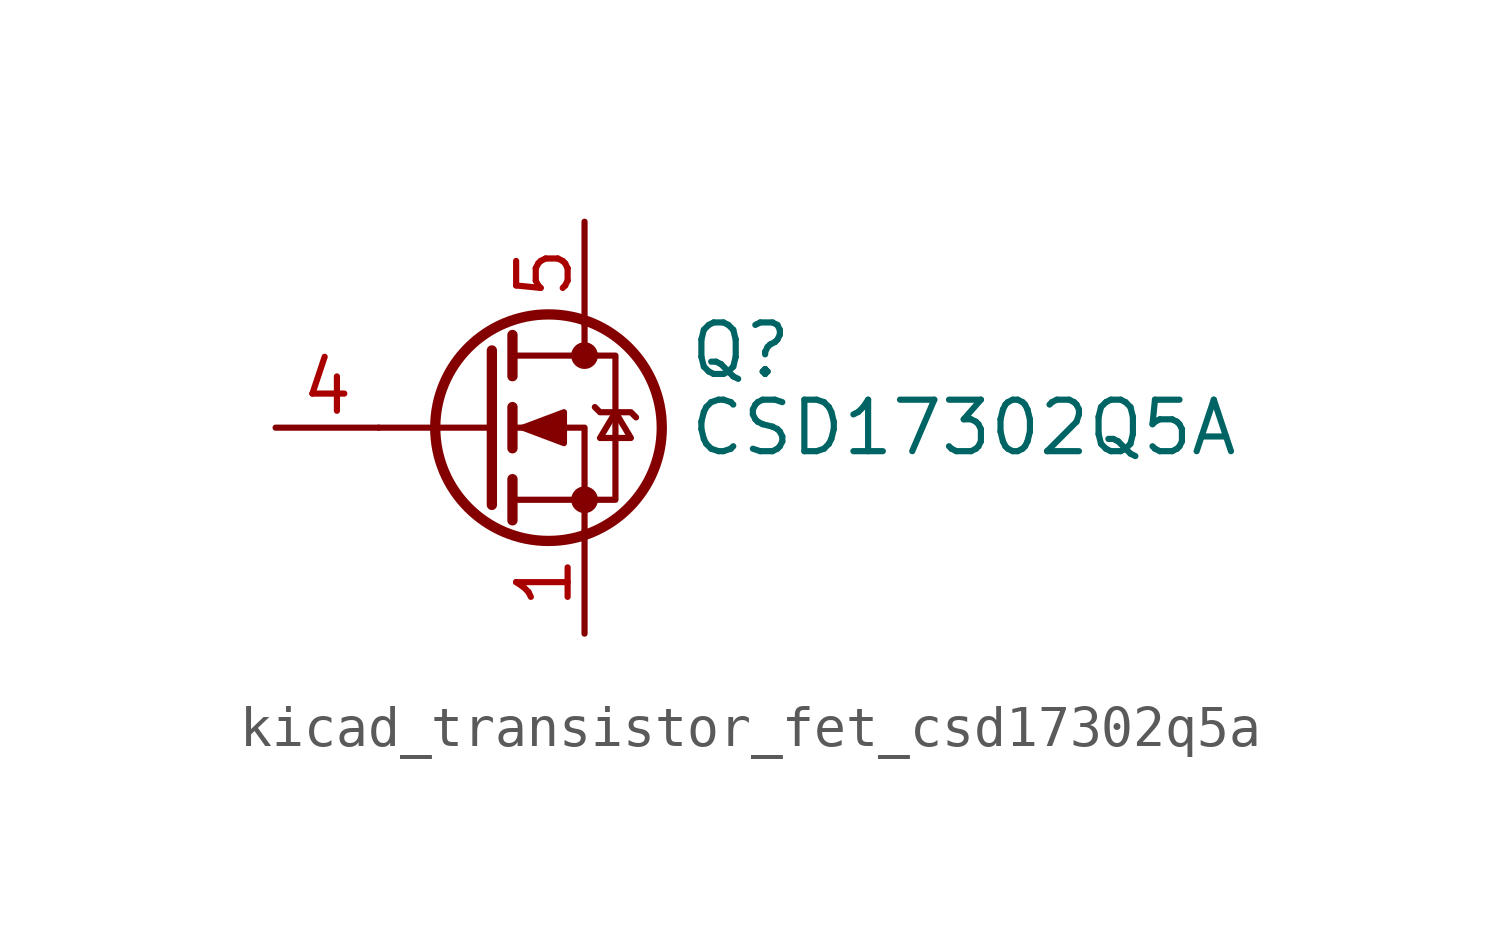
<source format=kicad_sym>
(kicad_symbol_lib
  (version 20220914)
  (generator kicad_symbol_editor)
  (symbol "kicad_transistor_fet_csd17302q5a"
    (pin_names hide)
    (property "Reference" "Q"
      (at 5.08 1.905 0)
      (effects (font (size 1.27 1.27)) (justify left)))
    (property "Value" "CSD17302Q5A"
      (at 5.08 0 0)
      (effects (font (size 1.27 1.27)) (justify left)))
    (symbol "kicad_transistor_fet_csd17302q5a_0_1"
      (polyline (pts (xy 0.254 0) (xy -2.54 0)) (stroke (width 0) (type default)) (fill (type none)))
      (polyline (pts (xy 0.254 1.905) (xy 0.254 -1.905)) (stroke (width 0.254) (type default)) (fill (type none)))
      (polyline (pts (xy 0.762 -1.27) (xy 0.762 -2.286)) (stroke (width 0.254) (type default)) (fill (type none)))
      (polyline (pts (xy 0.762 0.508) (xy 0.762 -0.508)) (stroke (width 0.254) (type default)) (fill (type none)))
      (polyline (pts (xy 0.762 2.286) (xy 0.762 1.27)) (stroke (width 0.254) (type default)) (fill (type none)))
      (polyline (pts (xy 2.54 2.54) (xy 2.54 1.778)) (stroke (width 0) (type default)) (fill (type none)))
      (polyline (pts (xy 2.54 -2.54) (xy 2.54 0) (xy 0.762 0)) (stroke (width 0) (type default)) (fill (type none)))
      (polyline (pts (xy 0.762 -1.778) (xy 3.302 -1.778) (xy 3.302 1.778) (xy 0.762 1.778)) (stroke (width 0) (type default)) (fill (type none)))
      (polyline (pts (xy 1.016 0) (xy 2.032 0.381) (xy 2.032 -0.381) (xy 1.016 0)) (stroke (width 0) (type default)) (fill (type outline)))
      (polyline (pts (xy 2.794 0.508) (xy 2.921 0.381) (xy 3.683 0.381) (xy 3.81 0.254)) (stroke (width 0) (type default)) (fill (type none)))
      (polyline (pts (xy 3.302 0.381) (xy 2.921 -0.254) (xy 3.683 -0.254) (xy 3.302 0.381)) (stroke (width 0) (type default)) (fill (type none)))
      (circle (center 1.651 0) (radius 2.794) (stroke (width 0.254) (type default)) (fill (type none)))
      (circle (center 2.54 -1.778) (radius 0.254) (stroke (width 0) (type default)) (fill (type outline)))
      (circle (center 2.54 1.778) (radius 0.254) (stroke (width 0) (type default)) (fill (type outline))))
    (symbol "kicad_transistor_fet_csd17302q5a_1_1"
      (pin passive line (at 2.54 -5.08 90) (length 2.54) (name "S" (effects (font (size 1.27 1.27)))) (number "1" (effects (font (size 1.27 1.27)))))
      (pin passive line (at 2.54 -5.08 90) (length 2.54) hide (name "S" (effects (font (size 1.27 1.27)))) (number "2" (effects (font (size 1.27 1.27)))))
      (pin passive line (at 2.54 -5.08 90) (length 2.54) hide (name "S" (effects (font (size 1.27 1.27)))) (number "3" (effects (font (size 1.27 1.27)))))
      (pin passive line (at -5.08 0 0) (length 2.54) (name "G" (effects (font (size 1.27 1.27)))) (number "4" (effects (font (size 1.27 1.27)))))
      (pin passive line (at 2.54 5.08 270) (length 2.54) (name "D" (effects (font (size 1.27 1.27)))) (number "5" (effects (font (size 1.27 1.27))))))))
</source>
